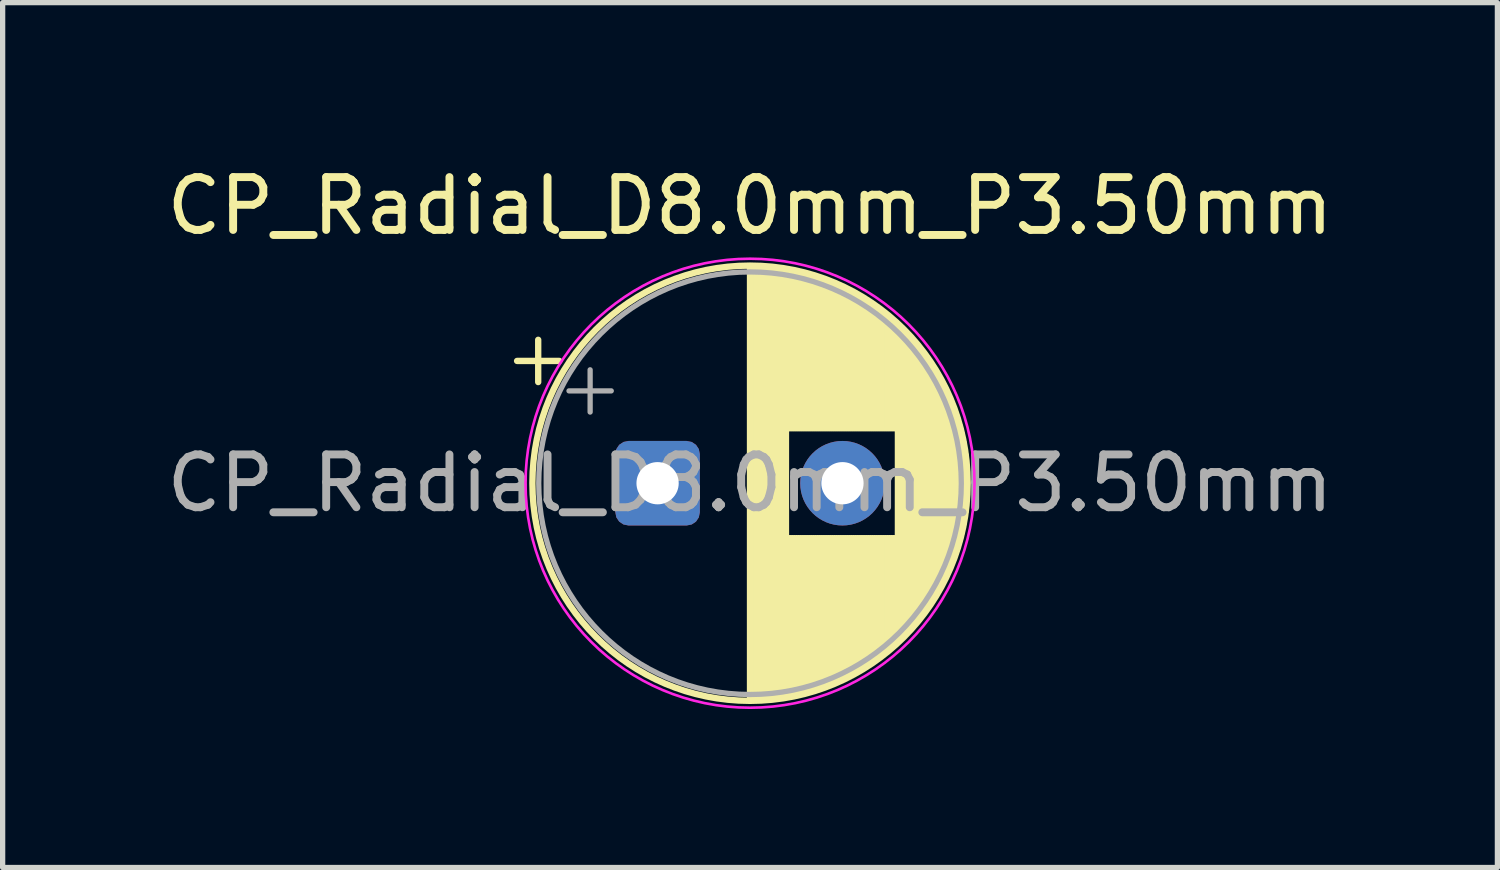
<source format=kicad_pcb>
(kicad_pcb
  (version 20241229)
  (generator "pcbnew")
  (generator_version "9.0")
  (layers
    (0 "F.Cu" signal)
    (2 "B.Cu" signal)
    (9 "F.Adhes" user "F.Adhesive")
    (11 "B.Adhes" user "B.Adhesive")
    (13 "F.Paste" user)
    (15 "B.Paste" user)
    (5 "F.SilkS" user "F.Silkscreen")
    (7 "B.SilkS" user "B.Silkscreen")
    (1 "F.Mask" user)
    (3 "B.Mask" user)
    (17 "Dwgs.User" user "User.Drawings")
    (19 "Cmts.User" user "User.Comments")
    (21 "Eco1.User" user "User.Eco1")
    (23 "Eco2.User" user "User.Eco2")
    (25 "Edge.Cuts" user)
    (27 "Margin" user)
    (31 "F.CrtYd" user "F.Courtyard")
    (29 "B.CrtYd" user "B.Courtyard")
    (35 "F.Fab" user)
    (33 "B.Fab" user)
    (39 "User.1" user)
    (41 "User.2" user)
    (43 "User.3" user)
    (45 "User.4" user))
  (footprint "CP_Radial_D8.0mm_P3.50mm"
    (layer "F.Cu")
    (at 9.399 6.098)
    (property "Reference" "CP_Radial_D8.0mm_P3.50mm" (at 1.75 -5.25 0) (layer "F.SilkS") (effects (font (size 1 1) (thickness 0.15))))
    (attr through_hole)
    (fp_line (start -2.66 -2.315) (end -1.86 -2.315) (stroke (width 0.12) (type solid)) (layer "F.SilkS"))
    (fp_line (start -2.26 -2.715) (end -2.26 -1.915) (stroke (width 0.12) (type solid)) (layer "F.SilkS"))
    (fp_line (start 1.75 -4.08) (end 1.75 4.08) (stroke (width 0.12) (type solid)) (layer "F.SilkS"))
    (fp_line (start 1.79 -4.08) (end 1.79 4.08) (stroke (width 0.12) (type solid)) (layer "F.SilkS"))
    (fp_line (start 1.83 -4.079) (end 1.83 4.079) (stroke (width 0.12) (type solid)) (layer "F.SilkS"))
    (fp_line (start 1.87 -4.078) (end 1.87 4.078) (stroke (width 0.12) (type solid)) (layer "F.SilkS"))
    (fp_line (start 1.91 -4.077) (end 1.91 4.077) (stroke (width 0.12) (type solid)) (layer "F.SilkS"))
    (fp_line (start 1.95 -4.075) (end 1.95 4.075) (stroke (width 0.12) (type solid)) (layer "F.SilkS"))
    (fp_line (start 1.99 -4.073) (end 1.99 4.073) (stroke (width 0.12) (type solid)) (layer "F.SilkS"))
    (fp_line (start 2.03 -4.07) (end 2.03 4.07) (stroke (width 0.12) (type solid)) (layer "F.SilkS"))
    (fp_line (start 2.07 -4.068) (end 2.07 4.068) (stroke (width 0.12) (type solid)) (layer "F.SilkS"))
    (fp_line (start 2.11 -4.064) (end 2.11 4.064) (stroke (width 0.12) (type solid)) (layer "F.SilkS"))
    (fp_line (start 2.15 -4.061) (end 2.15 4.061) (stroke (width 0.12) (type solid)) (layer "F.SilkS"))
    (fp_line (start 2.19 -4.056) (end 2.19 4.056) (stroke (width 0.12) (type solid)) (layer "F.SilkS"))
    (fp_line (start 2.23 -4.052) (end 2.23 4.052) (stroke (width 0.12) (type solid)) (layer "F.SilkS"))
    (fp_line (start 2.27 -4.047) (end 2.27 4.047) (stroke (width 0.12) (type solid)) (layer "F.SilkS"))
    (fp_line (start 2.31 -4.042) (end 2.31 4.042) (stroke (width 0.12) (type solid)) (layer "F.SilkS"))
    (fp_line (start 2.35 -4.036) (end 2.35 4.036) (stroke (width 0.12) (type solid)) (layer "F.SilkS"))
    (fp_line (start 2.39 -4.03) (end 2.39 4.03) (stroke (width 0.12) (type solid)) (layer "F.SilkS"))
    (fp_line (start 2.43 -4.023) (end 2.43 4.023) (stroke (width 0.12) (type solid)) (layer "F.SilkS"))
    (fp_line (start 2.47 -4.017) (end 2.47 -1.04) (stroke (width 0.12) (type solid)) (layer "F.SilkS"))
    (fp_line (start 2.47 1.04) (end 2.47 4.017) (stroke (width 0.12) (type solid)) (layer "F.SilkS"))
    (fp_line (start 2.51 -4.009) (end 2.51 -1.04) (stroke (width 0.12) (type solid)) (layer "F.SilkS"))
    (fp_line (start 2.51 1.04) (end 2.51 4.009) (stroke (width 0.12) (type solid)) (layer "F.SilkS"))
    (fp_line (start 2.55 -4.002) (end 2.55 -1.04) (stroke (width 0.12) (type solid)) (layer "F.SilkS"))
    (fp_line (start 2.55 1.04) (end 2.55 4.002) (stroke (width 0.12) (type solid)) (layer "F.SilkS"))
    (fp_line (start 2.59 -3.993) (end 2.59 -1.04) (stroke (width 0.12) (type solid)) (layer "F.SilkS"))
    (fp_line (start 2.59 1.04) (end 2.59 3.993) (stroke (width 0.12) (type solid)) (layer "F.SilkS"))
    (fp_line (start 2.63 -3.985) (end 2.63 -1.04) (stroke (width 0.12) (type solid)) (layer "F.SilkS"))
    (fp_line (start 2.63 1.04) (end 2.63 3.985) (stroke (width 0.12) (type solid)) (layer "F.SilkS"))
    (fp_line (start 2.67 -3.976) (end 2.67 -1.04) (stroke (width 0.12) (type solid)) (layer "F.SilkS"))
    (fp_line (start 2.67 1.04) (end 2.67 3.976) (stroke (width 0.12) (type solid)) (layer "F.SilkS"))
    (fp_line (start 2.71 -3.967) (end 2.71 -1.04) (stroke (width 0.12) (type solid)) (layer "F.SilkS"))
    (fp_line (start 2.71 1.04) (end 2.71 3.967) (stroke (width 0.12) (type solid)) (layer "F.SilkS"))
    (fp_line (start 2.75 -3.957) (end 2.75 -1.04) (stroke (width 0.12) (type solid)) (layer "F.SilkS"))
    (fp_line (start 2.75 1.04) (end 2.75 3.957) (stroke (width 0.12) (type solid)) (layer "F.SilkS"))
    (fp_line (start 2.79 -3.947) (end 2.79 -1.04) (stroke (width 0.12) (type solid)) (layer "F.SilkS"))
    (fp_line (start 2.79 1.04) (end 2.79 3.947) (stroke (width 0.12) (type solid)) (layer "F.SilkS"))
    (fp_line (start 2.83 -3.936) (end 2.83 -1.04) (stroke (width 0.12) (type solid)) (layer "F.SilkS"))
    (fp_line (start 2.83 1.04) (end 2.83 3.936) (stroke (width 0.12) (type solid)) (layer "F.SilkS"))
    (fp_line (start 2.87 -3.925) (end 2.87 -1.04) (stroke (width 0.12) (type solid)) (layer "F.SilkS"))
    (fp_line (start 2.87 1.04) (end 2.87 3.925) (stroke (width 0.12) (type solid)) (layer "F.SilkS"))
    (fp_line (start 2.91 -3.913) (end 2.91 -1.04) (stroke (width 0.12) (type solid)) (layer "F.SilkS"))
    (fp_line (start 2.91 1.04) (end 2.91 3.913) (stroke (width 0.12) (type solid)) (layer "F.SilkS"))
    (fp_line (start 2.95 -3.901) (end 2.95 -1.04) (stroke (width 0.12) (type solid)) (layer "F.SilkS"))
    (fp_line (start 2.95 1.04) (end 2.95 3.901) (stroke (width 0.12) (type solid)) (layer "F.SilkS"))
    (fp_line (start 2.99 -3.889) (end 2.99 -1.04) (stroke (width 0.12) (type solid)) (layer "F.SilkS"))
    (fp_line (start 2.99 1.04) (end 2.99 3.889) (stroke (width 0.12) (type solid)) (layer "F.SilkS"))
    (fp_line (start 3.03 -3.876) (end 3.03 -1.04) (stroke (width 0.12) (type solid)) (layer "F.SilkS"))
    (fp_line (start 3.03 1.04) (end 3.03 3.876) (stroke (width 0.12) (type solid)) (layer "F.SilkS"))
    (fp_line (start 3.07 -3.863) (end 3.07 -1.04) (stroke (width 0.12) (type solid)) (layer "F.SilkS"))
    (fp_line (start 3.07 1.04) (end 3.07 3.863) (stroke (width 0.12) (type solid)) (layer "F.SilkS"))
    (fp_line (start 3.11 -3.849) (end 3.11 -1.04) (stroke (width 0.12) (type solid)) (layer "F.SilkS"))
    (fp_line (start 3.11 1.04) (end 3.11 3.849) (stroke (width 0.12) (type solid)) (layer "F.SilkS"))
    (fp_line (start 3.15 -3.835) (end 3.15 -1.04) (stroke (width 0.12) (type solid)) (layer "F.SilkS"))
    (fp_line (start 3.15 1.04) (end 3.15 3.835) (stroke (width 0.12) (type solid)) (layer "F.SilkS"))
    (fp_line (start 3.19 -3.82) (end 3.19 -1.04) (stroke (width 0.12) (type solid)) (layer "F.SilkS"))
    (fp_line (start 3.19 1.04) (end 3.19 3.82) (stroke (width 0.12) (type solid)) (layer "F.SilkS"))
    (fp_line (start 3.23 -3.805) (end 3.23 -1.04) (stroke (width 0.12) (type solid)) (layer "F.SilkS"))
    (fp_line (start 3.23 1.04) (end 3.23 3.805) (stroke (width 0.12) (type solid)) (layer "F.SilkS"))
    (fp_line (start 3.27 -3.789) (end 3.27 -1.04) (stroke (width 0.12) (type solid)) (layer "F.SilkS"))
    (fp_line (start 3.27 1.04) (end 3.27 3.789) (stroke (width 0.12) (type solid)) (layer "F.SilkS"))
    (fp_line (start 3.31 -3.773) (end 3.31 -1.04) (stroke (width 0.12) (type solid)) (layer "F.SilkS"))
    (fp_line (start 3.31 1.04) (end 3.31 3.773) (stroke (width 0.12) (type solid)) (layer "F.SilkS"))
    (fp_line (start 3.35 -3.757) (end 3.35 -1.04) (stroke (width 0.12) (type solid)) (layer "F.SilkS"))
    (fp_line (start 3.35 1.04) (end 3.35 3.757) (stroke (width 0.12) (type solid)) (layer "F.SilkS"))
    (fp_line (start 3.39 -3.74) (end 3.39 -1.04) (stroke (width 0.12) (type solid)) (layer "F.SilkS"))
    (fp_line (start 3.39 1.04) (end 3.39 3.74) (stroke (width 0.12) (type solid)) (layer "F.SilkS"))
    (fp_line (start 3.43 -3.722) (end 3.43 -1.04) (stroke (width 0.12) (type solid)) (layer "F.SilkS"))
    (fp_line (start 3.43 1.04) (end 3.43 3.722) (stroke (width 0.12) (type solid)) (layer "F.SilkS"))
    (fp_line (start 3.47 -3.704) (end 3.47 -1.04) (stroke (width 0.12) (type solid)) (layer "F.SilkS"))
    (fp_line (start 3.47 1.04) (end 3.47 3.704) (stroke (width 0.12) (type solid)) (layer "F.SilkS"))
    (fp_line (start 3.51 -3.685) (end 3.51 -1.04) (stroke (width 0.12) (type solid)) (layer "F.SilkS"))
    (fp_line (start 3.51 1.04) (end 3.51 3.685) (stroke (width 0.12) (type solid)) (layer "F.SilkS"))
    (fp_line (start 3.55 -3.666) (end 3.55 -1.04) (stroke (width 0.12) (type solid)) (layer "F.SilkS"))
    (fp_line (start 3.55 1.04) (end 3.55 3.666) (stroke (width 0.12) (type solid)) (layer "F.SilkS"))
    (fp_line (start 3.59 -3.646) (end 3.59 -1.04) (stroke (width 0.12) (type solid)) (layer "F.SilkS"))
    (fp_line (start 3.59 1.04) (end 3.59 3.646) (stroke (width 0.12) (type solid)) (layer "F.SilkS"))
    (fp_line (start 3.63 -3.626) (end 3.63 -1.04) (stroke (width 0.12) (type solid)) (layer "F.SilkS"))
    (fp_line (start 3.63 1.04) (end 3.63 3.626) (stroke (width 0.12) (type solid)) (layer "F.SilkS"))
    (fp_line (start 3.67 -3.605) (end 3.67 -1.04) (stroke (width 0.12) (type solid)) (layer "F.SilkS"))
    (fp_line (start 3.67 1.04) (end 3.67 3.605) (stroke (width 0.12) (type solid)) (layer "F.SilkS"))
    (fp_line (start 3.71 -3.584) (end 3.71 -1.04) (stroke (width 0.12) (type solid)) (layer "F.SilkS"))
    (fp_line (start 3.71 1.04) (end 3.71 3.584) (stroke (width 0.12) (type solid)) (layer "F.SilkS"))
    (fp_line (start 3.75 -3.562) (end 3.75 -1.04) (stroke (width 0.12) (type solid)) (layer "F.SilkS"))
    (fp_line (start 3.75 1.04) (end 3.75 3.562) (stroke (width 0.12) (type solid)) (layer "F.SilkS"))
    (fp_line (start 3.79 -3.539) (end 3.79 -1.04) (stroke (width 0.12) (type solid)) (layer "F.SilkS"))
    (fp_line (start 3.79 1.04) (end 3.79 3.539) (stroke (width 0.12) (type solid)) (layer "F.SilkS"))
    (fp_line (start 3.83 -3.516) (end 3.83 -1.04) (stroke (width 0.12) (type solid)) (layer "F.SilkS"))
    (fp_line (start 3.83 1.04) (end 3.83 3.516) (stroke (width 0.12) (type solid)) (layer "F.SilkS"))
    (fp_line (start 3.87 -3.493) (end 3.87 -1.04) (stroke (width 0.12) (type solid)) (layer "F.SilkS"))
    (fp_line (start 3.87 1.04) (end 3.87 3.493) (stroke (width 0.12) (type solid)) (layer "F.SilkS"))
    (fp_line (start 3.91 -3.468) (end 3.91 -1.04) (stroke (width 0.12) (type solid)) (layer "F.SilkS"))
    (fp_line (start 3.91 1.04) (end 3.91 3.468) (stroke (width 0.12) (type solid)) (layer "F.SilkS"))
    (fp_line (start 3.95 -3.443) (end 3.95 -1.04) (stroke (width 0.12) (type solid)) (layer "F.SilkS"))
    (fp_line (start 3.95 1.04) (end 3.95 3.443) (stroke (width 0.12) (type solid)) (layer "F.SilkS"))
    (fp_line (start 3.99 -3.418) (end 3.99 -1.04) (stroke (width 0.12) (type solid)) (layer "F.SilkS"))
    (fp_line (start 3.99 1.04) (end 3.99 3.418) (stroke (width 0.12) (type solid)) (layer "F.SilkS"))
    (fp_line (start 4.03 -3.392) (end 4.03 -1.04) (stroke (width 0.12) (type solid)) (layer "F.SilkS"))
    (fp_line (start 4.03 1.04) (end 4.03 3.392) (stroke (width 0.12) (type solid)) (layer "F.SilkS"))
    (fp_line (start 4.07 -3.365) (end 4.07 -1.04) (stroke (width 0.12) (type solid)) (layer "F.SilkS"))
    (fp_line (start 4.07 1.04) (end 4.07 3.365) (stroke (width 0.12) (type solid)) (layer "F.SilkS"))
    (fp_line (start 4.11 -3.337) (end 4.11 -1.04) (stroke (width 0.12) (type solid)) (layer "F.SilkS"))
    (fp_line (start 4.11 1.04) (end 4.11 3.337) (stroke (width 0.12) (type solid)) (layer "F.SilkS"))
    (fp_line (start 4.15 -3.309) (end 4.15 -1.04) (stroke (width 0.12) (type solid)) (layer "F.SilkS"))
    (fp_line (start 4.15 1.04) (end 4.15 3.309) (stroke (width 0.12) (type solid)) (layer "F.SilkS"))
    (fp_line (start 4.19 -3.28) (end 4.19 -1.04) (stroke (width 0.12) (type solid)) (layer "F.SilkS"))
    (fp_line (start 4.19 1.04) (end 4.19 3.28) (stroke (width 0.12) (type solid)) (layer "F.SilkS"))
    (fp_line (start 4.23 -3.25) (end 4.23 -1.04) (stroke (width 0.12) (type solid)) (layer "F.SilkS"))
    (fp_line (start 4.23 1.04) (end 4.23 3.25) (stroke (width 0.12) (type solid)) (layer "F.SilkS"))
    (fp_line (start 4.27 -3.219) (end 4.27 -1.04) (stroke (width 0.12) (type solid)) (layer "F.SilkS"))
    (fp_line (start 4.27 1.04) (end 4.27 3.219) (stroke (width 0.12) (type solid)) (layer "F.SilkS"))
    (fp_line (start 4.31 -3.188) (end 4.31 -1.04) (stroke (width 0.12) (type solid)) (layer "F.SilkS"))
    (fp_line (start 4.31 1.04) (end 4.31 3.188) (stroke (width 0.12) (type solid)) (layer "F.SilkS"))
    (fp_line (start 4.35 -3.156) (end 4.35 -1.04) (stroke (width 0.12) (type solid)) (layer "F.SilkS"))
    (fp_line (start 4.35 1.04) (end 4.35 3.156) (stroke (width 0.12) (type solid)) (layer "F.SilkS"))
    (fp_line (start 4.39 -3.123) (end 4.39 -1.04) (stroke (width 0.12) (type solid)) (layer "F.SilkS"))
    (fp_line (start 4.39 1.04) (end 4.39 3.123) (stroke (width 0.12) (type solid)) (layer "F.SilkS"))
    (fp_line (start 4.43 -3.089) (end 4.43 -1.04) (stroke (width 0.12) (type solid)) (layer "F.SilkS"))
    (fp_line (start 4.43 1.04) (end 4.43 3.089) (stroke (width 0.12) (type solid)) (layer "F.SilkS"))
    (fp_line (start 4.47 -3.055) (end 4.47 -1.04) (stroke (width 0.12) (type solid)) (layer "F.SilkS"))
    (fp_line (start 4.47 1.04) (end 4.47 3.055) (stroke (width 0.12) (type solid)) (layer "F.SilkS"))
    (fp_line (start 4.51 -3.019) (end 4.51 -1.04) (stroke (width 0.12) (type solid)) (layer "F.SilkS"))
    (fp_line (start 4.51 1.04) (end 4.51 3.019) (stroke (width 0.12) (type solid)) (layer "F.SilkS"))
    (fp_line (start 4.55 -2.982) (end 4.55 2.982) (stroke (width 0.12) (type solid)) (layer "F.SilkS"))
    (fp_line (start 4.59 -2.945) (end 4.59 2.945) (stroke (width 0.12) (type solid)) (layer "F.SilkS"))
    (fp_line (start 4.63 -2.906) (end 4.63 2.906) (stroke (width 0.12) (type solid)) (layer "F.SilkS"))
    (fp_line (start 4.67 -2.867) (end 4.67 2.867) (stroke (width 0.12) (type solid)) (layer "F.SilkS"))
    (fp_line (start 4.71 -2.826) (end 4.71 2.826) (stroke (width 0.12) (type solid)) (layer "F.SilkS"))
    (fp_line (start 4.75 -2.784) (end 4.75 2.784) (stroke (width 0.12) (type solid)) (layer "F.SilkS"))
    (fp_line (start 4.79 -2.741) (end 4.79 2.741) (stroke (width 0.12) (type solid)) (layer "F.SilkS"))
    (fp_line (start 4.83 -2.696) (end 4.83 2.696) (stroke (width 0.12) (type solid)) (layer "F.SilkS"))
    (fp_line (start 4.87 -2.651) (end 4.87 2.651) (stroke (width 0.12) (type solid)) (layer "F.SilkS"))
    (fp_line (start 4.91 -2.604) (end 4.91 2.604) (stroke (width 0.12) (type solid)) (layer "F.SilkS"))
    (fp_line (start 4.95 -2.555) (end 4.95 2.555) (stroke (width 0.12) (type solid)) (layer "F.SilkS"))
    (fp_line (start 4.99 -2.505) (end 4.99 2.505) (stroke (width 0.12) (type solid)) (layer "F.SilkS"))
    (fp_line (start 5.03 -2.453) (end 5.03 2.453) (stroke (width 0.12) (type solid)) (layer "F.SilkS"))
    (fp_line (start 5.07 -2.4) (end 5.07 2.4) (stroke (width 0.12) (type solid)) (layer "F.SilkS"))
    (fp_line (start 5.11 -2.344) (end 5.11 2.344) (stroke (width 0.12) (type solid)) (layer "F.SilkS"))
    (fp_line (start 5.15 -2.287) (end 5.15 2.287) (stroke (width 0.12) (type solid)) (layer "F.SilkS"))
    (fp_line (start 5.19 -2.227) (end 5.19 2.227) (stroke (width 0.12) (type solid)) (layer "F.SilkS"))
    (fp_line (start 5.23 -2.165) (end 5.23 2.165) (stroke (width 0.12) (type solid)) (layer "F.SilkS"))
    (fp_line (start 5.27 -2.101) (end 5.27 2.101) (stroke (width 0.12) (type solid)) (layer "F.SilkS"))
    (fp_line (start 5.31 -2.034) (end 5.31 2.034) (stroke (width 0.12) (type solid)) (layer "F.SilkS"))
    (fp_line (start 5.35 -1.964) (end 5.35 1.964) (stroke (width 0.12) (type solid)) (layer "F.SilkS"))
    (fp_line (start 5.39 -1.89) (end 5.39 1.89) (stroke (width 0.12) (type solid)) (layer "F.SilkS"))
    (fp_line (start 5.43 -1.813) (end 5.43 1.813) (stroke (width 0.12) (type solid)) (layer "F.SilkS"))
    (fp_line (start 5.47 -1.731) (end 5.47 1.731) (stroke (width 0.12) (type solid)) (layer "F.SilkS"))
    (fp_line (start 5.51 -1.644) (end 5.51 1.644) (stroke (width 0.12) (type solid)) (layer "F.SilkS"))
    (fp_line (start 5.55 -1.552) (end 5.55 1.552) (stroke (width 0.12) (type solid)) (layer "F.SilkS"))
    (fp_line (start 5.59 -1.453) (end 5.59 1.453) (stroke (width 0.12) (type solid)) (layer "F.SilkS"))
    (fp_line (start 5.63 -1.346) (end 5.63 1.346) (stroke (width 0.12) (type solid)) (layer "F.SilkS"))
    (fp_line (start 5.67 -1.228) (end 5.67 1.228) (stroke (width 0.12) (type solid)) (layer "F.SilkS"))
    (fp_line (start 5.71 -1.097) (end 5.71 1.097) (stroke (width 0.12) (type solid)) (layer "F.SilkS"))
    (fp_line (start 5.75 -0.947) (end 5.75 0.947) (stroke (width 0.12) (type solid)) (layer "F.SilkS"))
    (fp_line (start 5.79 -0.768) (end 5.79 0.768) (stroke (width 0.12) (type solid)) (layer "F.SilkS"))
    (fp_line (start 5.83 -0.533) (end 5.83 0.533) (stroke (width 0.12) (type solid)) (layer "F.SilkS"))
    (fp_circle (center 1.75 0) (end 5.87 0) (stroke (width 0.12) (type solid)) (fill no) (layer "F.SilkS"))
    (fp_circle (center 1.75 0) (end 6 0) (stroke (width 0.05) (type solid)) (fill no) (layer "F.CrtYd"))
    (fp_line (start -1.677 -1.748) (end -0.877 -1.748) (stroke (width 0.1) (type solid)) (layer "F.Fab"))
    (fp_line (start -1.277 -2.147) (end -1.277 -1.347) (stroke (width 0.1) (type solid)) (layer "F.Fab"))
    (fp_circle (center 1.75 0) (end 5.75 0) (stroke (width 0.1) (type solid)) (fill no) (layer "F.Fab"))
    (fp_text user "${REFERENCE}" (at 1.75 0 0) (layer "F.Fab") (effects (font (size 1 1) (thickness 0.15))))
    (pad "1" thru_hole roundrect (at 0 0) (size 1.6 1.6) (drill 0.8) (layers "*.Cu" "*.Mask") (roundrect_rratio 0.156))
    (pad "2" thru_hole circle (at 3.5 0) (size 1.6 1.6) (drill 0.8) (layers "*.Cu" "*.Mask")))
  (gr_rect
    (start -3 -3)
    (end 25.298 13.373)
    (stroke (width 0.1) (type default))
    (fill no)
    (layer "Edge.Cuts")))
</source>
